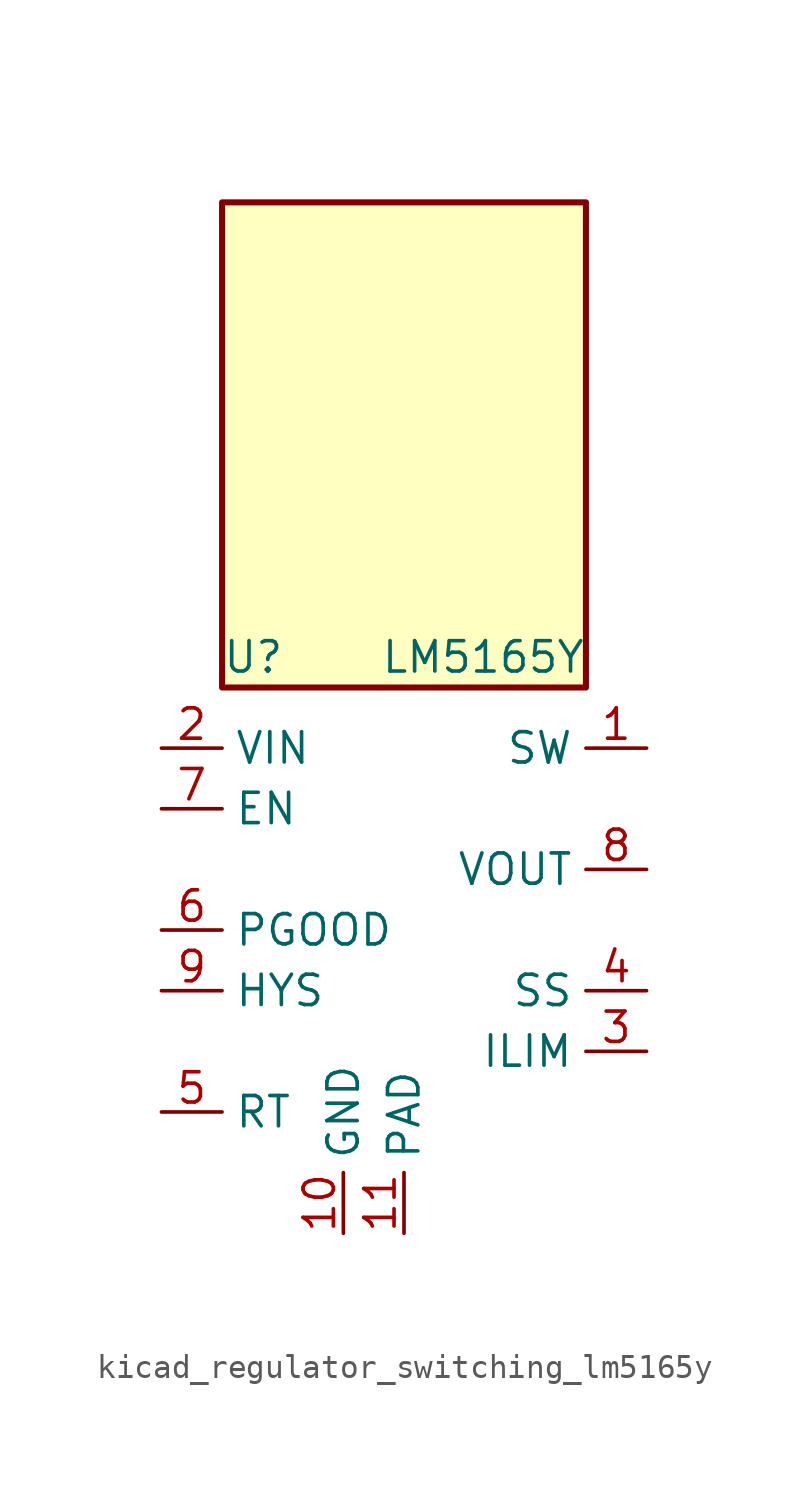
<source format=kicad_sym>
(kicad_symbol_lib
  (version 20220914)
  (generator kicad_symbol_editor)
  (symbol "kicad_regulator_switching_lm5165y"
    (property "Reference" "U"
      (at -7.62 11.43 0)
      (effects (font (size 1.27 1.27)) (justify left)))
    (property "Value" "LM5165Y"
      (at 7.62 11.43 0)
      (effects (font (size 1.27 1.27)) (justify right)))
    (symbol "kicad_regulator_switching_lm5165y_0_1"
      (rectangle (start 7.62 30.48) (end -7.62 10.16) (stroke (width 0.254) (type default)) (fill (type background))))
    (symbol "kicad_regulator_switching_lm5165y_1_1"
      (pin power_out line (at 10.16 7.62 180) (length 2.54) (name "SW" (effects (font (size 1.27 1.27)))) (number "1" (effects (font (size 1.27 1.27)))))
      (pin power_in line (at -2.54 -12.7 90) (length 2.54) (name "GND" (effects (font (size 1.27 1.27)))) (number "10" (effects (font (size 1.27 1.27)))))
      (pin power_in line (at 0 -12.7 90) (length 2.54) (name "PAD" (effects (font (size 1.27 1.27)))) (number "11" (effects (font (size 1.27 1.27)))))
      (pin power_in line (at -10.16 7.62 0) (length 2.54) (name "VIN" (effects (font (size 1.27 1.27)))) (number "2" (effects (font (size 1.27 1.27)))))
      (pin input line (at 10.16 -5.08 180) (length 2.54) (name "ILIM" (effects (font (size 1.27 1.27)))) (number "3" (effects (font (size 1.27 1.27)))))
      (pin input line (at 10.16 -2.54 180) (length 2.54) (name "SS" (effects (font (size 1.27 1.27)))) (number "4" (effects (font (size 1.27 1.27)))))
      (pin input line (at -10.16 -7.62 0) (length 2.54) (name "RT" (effects (font (size 1.27 1.27)))) (number "5" (effects (font (size 1.27 1.27)))))
      (pin output line (at -10.16 0 0) (length 2.54) (name "PGOOD" (effects (font (size 1.27 1.27)))) (number "6" (effects (font (size 1.27 1.27)))))
      (pin input line (at -10.16 5.08 0) (length 2.54) (name "EN" (effects (font (size 1.27 1.27)))) (number "7" (effects (font (size 1.27 1.27)))))
      (pin input line (at 10.16 2.54 180) (length 2.54) (name "VOUT" (effects (font (size 1.27 1.27)))) (number "8" (effects (font (size 1.27 1.27)))))
      (pin output line (at -10.16 -2.54 0) (length 2.54) (name "HYS" (effects (font (size 1.27 1.27)))) (number "9" (effects (font (size 1.27 1.27))))))))
</source>
